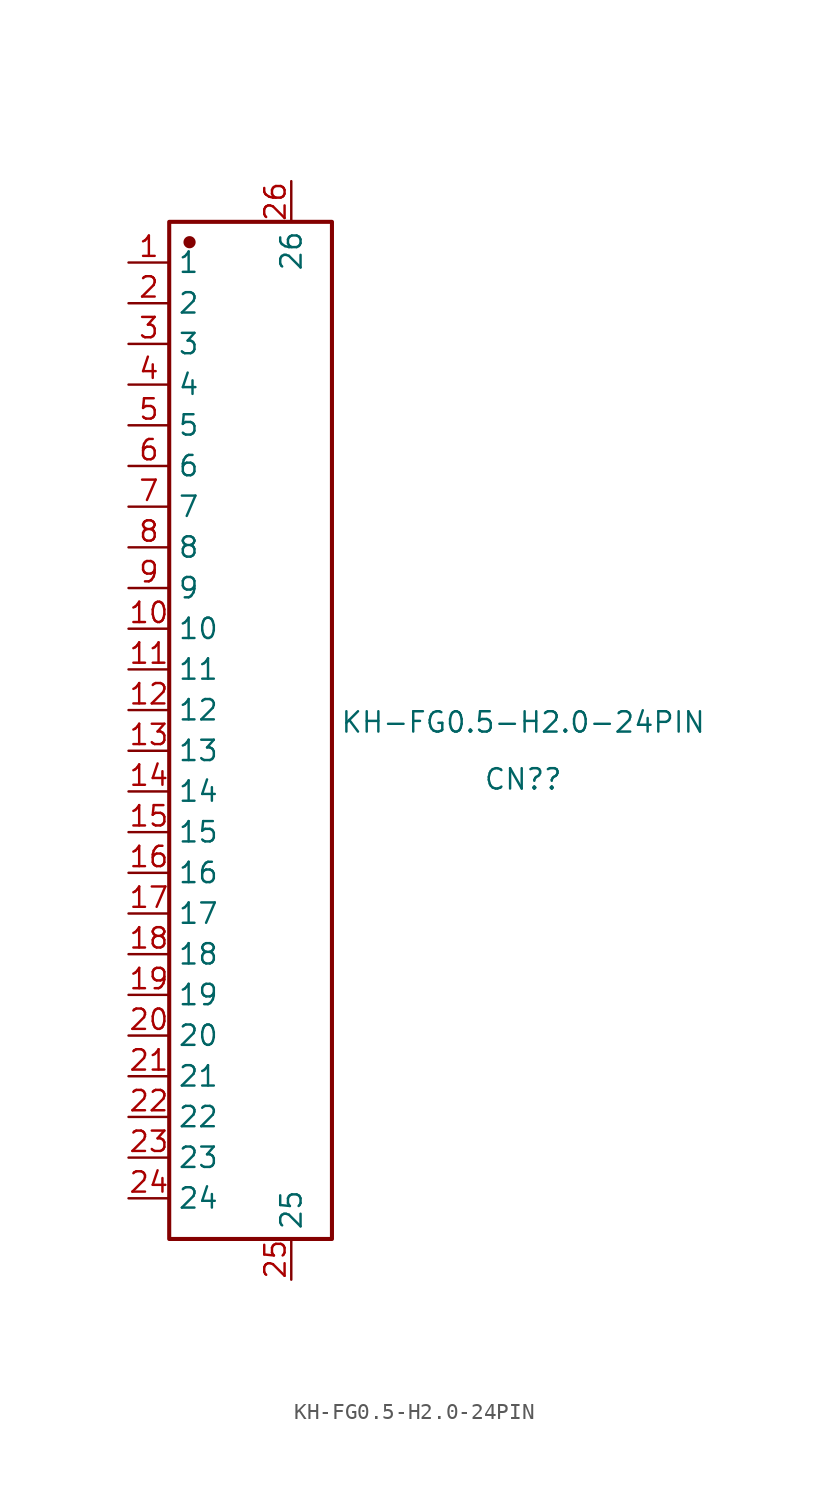
<source format=kicad_sym>
(kicad_symbol_lib
  (version 20241209)
  (generator "kicad_symbol_editor")
  (generator_version "9.0")
  (symbol "KH-FG0.5-H2.0-24PIN"
    (property "Reference" "CN?"
      (at 19.558 -1.778 0)
      (effects (font (size 1.27 1.27))))
    (property "Value" "KH-FG0.5-H2.0-24PIN"
      (at 19.558 1.778 0)
      (effects (font (size 1.27 1.27))))
    (symbol "KH-FG0.5-H2.0-24PIN_0_0"
      (rectangle (start -2.54 33.02) (end 7.62 -30.48) (stroke (width 0.254) (type solid)) (fill (type none)))
      (circle (center -1.27 31.75) (radius 0.254) (stroke (width 0.254) (type solid)) (fill (type outline)))
      (pin unspecified line (at -5.08 30.48 0) (length 2.54) (name "1" (effects (font (size 1.27 1.27)))) (number "1" (effects (font (size 1.27 1.27)))))
      (pin unspecified line (at -5.08 27.94 0) (length 2.54) (name "2" (effects (font (size 1.27 1.27)))) (number "2" (effects (font (size 1.27 1.27)))))
      (pin unspecified line (at -5.08 25.4 0) (length 2.54) (name "3" (effects (font (size 1.27 1.27)))) (number "3" (effects (font (size 1.27 1.27)))))
      (pin unspecified line (at -5.08 22.86 0) (length 2.54) (name "4" (effects (font (size 1.27 1.27)))) (number "4" (effects (font (size 1.27 1.27)))))
      (pin unspecified line (at -5.08 20.32 0) (length 2.54) (name "5" (effects (font (size 1.27 1.27)))) (number "5" (effects (font (size 1.27 1.27)))))
      (pin unspecified line (at -5.08 17.78 0) (length 2.54) (name "6" (effects (font (size 1.27 1.27)))) (number "6" (effects (font (size 1.27 1.27)))))
      (pin unspecified line (at -5.08 15.24 0) (length 2.54) (name "7" (effects (font (size 1.27 1.27)))) (number "7" (effects (font (size 1.27 1.27)))))
      (pin unspecified line (at -5.08 12.7 0) (length 2.54) (name "8" (effects (font (size 1.27 1.27)))) (number "8" (effects (font (size 1.27 1.27)))))
      (pin unspecified line (at -5.08 10.16 0) (length 2.54) (name "9" (effects (font (size 1.27 1.27)))) (number "9" (effects (font (size 1.27 1.27)))))
      (pin unspecified line (at -5.08 7.62 0) (length 2.54) (name "10" (effects (font (size 1.27 1.27)))) (number "10" (effects (font (size 1.27 1.27)))))
      (pin unspecified line (at -5.08 5.08 0) (length 2.54) (name "11" (effects (font (size 1.27 1.27)))) (number "11" (effects (font (size 1.27 1.27)))))
      (pin unspecified line (at -5.08 2.54 0) (length 2.54) (name "12" (effects (font (size 1.27 1.27)))) (number "12" (effects (font (size 1.27 1.27)))))
      (pin unspecified line (at -5.08 0 0) (length 2.54) (name "13" (effects (font (size 1.27 1.27)))) (number "13" (effects (font (size 1.27 1.27)))))
      (pin unspecified line (at -5.08 -2.54 0) (length 2.54) (name "14" (effects (font (size 1.27 1.27)))) (number "14" (effects (font (size 1.27 1.27)))))
      (pin unspecified line (at -5.08 -5.08 0) (length 2.54) (name "15" (effects (font (size 1.27 1.27)))) (number "15" (effects (font (size 1.27 1.27)))))
      (pin unspecified line (at -5.08 -7.62 0) (length 2.54) (name "16" (effects (font (size 1.27 1.27)))) (number "16" (effects (font (size 1.27 1.27)))))
      (pin unspecified line (at -5.08 -10.16 0) (length 2.54) (name "17" (effects (font (size 1.27 1.27)))) (number "17" (effects (font (size 1.27 1.27)))))
      (pin unspecified line (at -5.08 -12.7 0) (length 2.54) (name "18" (effects (font (size 1.27 1.27)))) (number "18" (effects (font (size 1.27 1.27)))))
      (pin unspecified line (at -5.08 -15.24 0) (length 2.54) (name "19" (effects (font (size 1.27 1.27)))) (number "19" (effects (font (size 1.27 1.27)))))
      (pin unspecified line (at -5.08 -17.78 0) (length 2.54) (name "20" (effects (font (size 1.27 1.27)))) (number "20" (effects (font (size 1.27 1.27)))))
      (pin unspecified line (at -5.08 -20.32 0) (length 2.54) (name "21" (effects (font (size 1.27 1.27)))) (number "21" (effects (font (size 1.27 1.27)))))
      (pin unspecified line (at -5.08 -22.86 0) (length 2.54) (name "22" (effects (font (size 1.27 1.27)))) (number "22" (effects (font (size 1.27 1.27)))))
      (pin unspecified line (at -5.08 -25.4 0) (length 2.54) (name "23" (effects (font (size 1.27 1.27)))) (number "23" (effects (font (size 1.27 1.27)))))
      (pin unspecified line (at -5.08 -27.94 0) (length 2.54) (name "24" (effects (font (size 1.27 1.27)))) (number "24" (effects (font (size 1.27 1.27)))))
      (pin unspecified line (at 5.08 35.56 270) (length 2.54) (name "26" (effects (font (size 1.27 1.27)))) (number "26" (effects (font (size 1.27 1.27)))))
      (pin unspecified line (at 5.08 -33.02 90) (length 2.54) (name "25" (effects (font (size 1.27 1.27)))) (number "25" (effects (font (size 1.27 1.27))))))))
</source>
